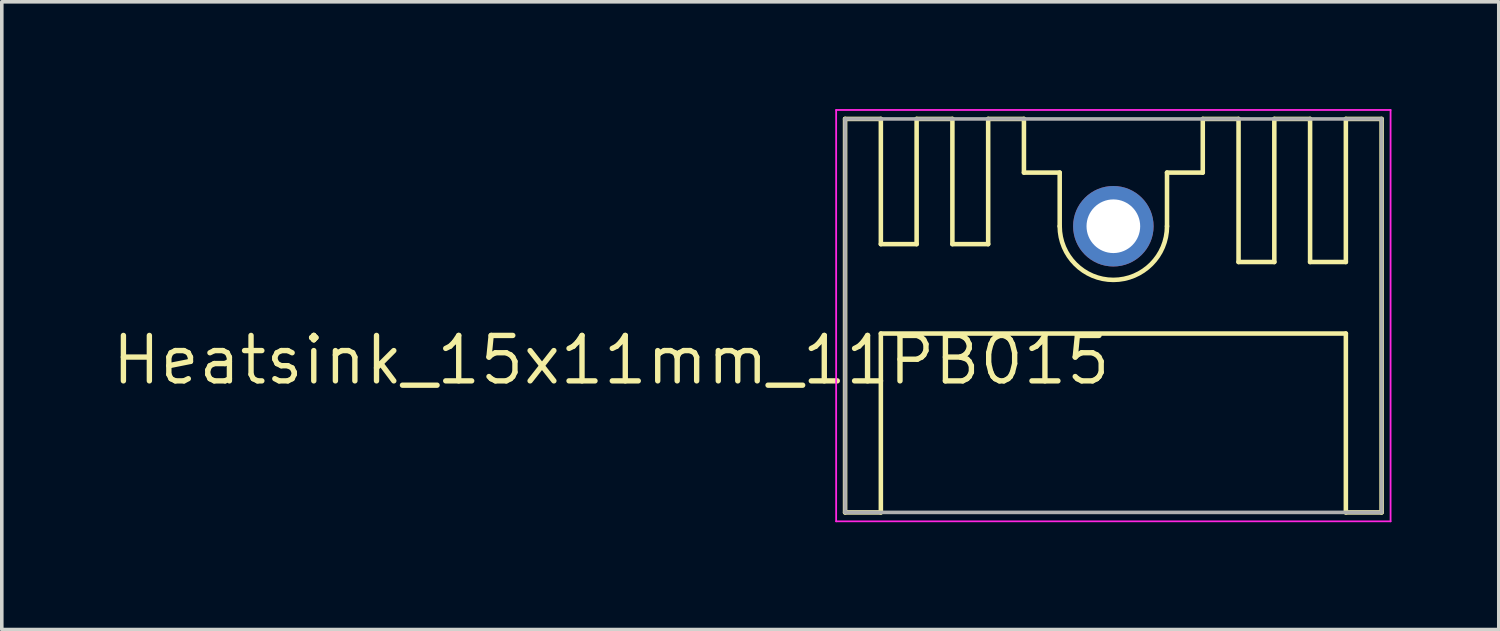
<source format=kicad_pcb>
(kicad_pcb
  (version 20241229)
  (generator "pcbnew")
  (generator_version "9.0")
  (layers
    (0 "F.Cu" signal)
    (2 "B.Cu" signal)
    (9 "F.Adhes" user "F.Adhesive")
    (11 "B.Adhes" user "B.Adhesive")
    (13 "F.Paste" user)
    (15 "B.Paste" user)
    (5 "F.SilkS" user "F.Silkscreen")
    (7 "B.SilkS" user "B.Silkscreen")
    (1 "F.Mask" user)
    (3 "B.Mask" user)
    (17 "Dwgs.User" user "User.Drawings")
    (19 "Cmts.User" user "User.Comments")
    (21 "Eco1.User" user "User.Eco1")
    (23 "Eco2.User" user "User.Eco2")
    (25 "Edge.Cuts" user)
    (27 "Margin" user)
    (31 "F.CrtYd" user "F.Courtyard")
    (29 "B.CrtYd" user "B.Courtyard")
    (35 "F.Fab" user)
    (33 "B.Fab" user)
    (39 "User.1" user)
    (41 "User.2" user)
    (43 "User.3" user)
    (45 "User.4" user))
  (footprint "Heatsink_15x11mm_11PB015"
    (layer "F.Cu")
    (at 28.076 6.275)
    (property "Reference" "Heatsink_15x11mm_11PB015" (at 0 0 0) (layer "F.SilkS") (effects (font (size 1.27 1.27) (thickness 0.15)) (justify right top)))
    (attr through_hole)
    (fp_line (start -7.5 -6) (end -6.5 -6) (stroke (width 0.127) (type solid)) (layer "F.SilkS"))
    (fp_line (start -7.5 5) (end -7.5 -6) (stroke (width 0.127) (type solid)) (layer "F.SilkS"))
    (fp_line (start -6.5 -6) (end -6.5 -2.5) (stroke (width 0.127) (type solid)) (layer "F.SilkS"))
    (fp_line (start -6.5 -2.5) (end -5.5 -2.5) (stroke (width 0.127) (type solid)) (layer "F.SilkS"))
    (fp_line (start -6.5 0) (end -6.5 5) (stroke (width 0.127) (type solid)) (layer "F.SilkS"))
    (fp_line (start -6.5 5) (end -7.5 5) (stroke (width 0.127) (type solid)) (layer "F.SilkS"))
    (fp_line (start -5.5 -6) (end -4.5 -6) (stroke (width 0.127) (type solid)) (layer "F.SilkS"))
    (fp_line (start -5.5 -2.5) (end -5.5 -6) (stroke (width 0.127) (type solid)) (layer "F.SilkS"))
    (fp_line (start -4.5 -6) (end -4.5 -2.5) (stroke (width 0.127) (type solid)) (layer "F.SilkS"))
    (fp_line (start -4.5 -2.5) (end -3.5 -2.5) (stroke (width 0.127) (type solid)) (layer "F.SilkS"))
    (fp_line (start -3.5 -6) (end -2.5 -6) (stroke (width 0.127) (type solid)) (layer "F.SilkS"))
    (fp_line (start -3.5 -2.5) (end -3.5 -6) (stroke (width 0.127) (type solid)) (layer "F.SilkS"))
    (fp_line (start -2.5 -6) (end -2.5 -4.5) (stroke (width 0.127) (type solid)) (layer "F.SilkS"))
    (fp_line (start -2.5 -4.5) (end -1.5 -4.5) (stroke (width 0.127) (type solid)) (layer "F.SilkS"))
    (fp_line (start -1.5 -4.5) (end -1.5 -3) (stroke (width 0.127) (type solid)) (layer "F.SilkS"))
    (fp_line (start 1.5 -4.5) (end 2.5 -4.5) (stroke (width 0.127) (type solid)) (layer "F.SilkS"))
    (fp_line (start 1.5 -3) (end 1.5 -4.5) (stroke (width 0.127) (type solid)) (layer "F.SilkS"))
    (fp_line (start 2.5 -6) (end 3.5 -6) (stroke (width 0.127) (type solid)) (layer "F.SilkS"))
    (fp_line (start 2.5 -4.5) (end 2.5 -6) (stroke (width 0.127) (type solid)) (layer "F.SilkS"))
    (fp_line (start 3.5 -6) (end 3.5 -2) (stroke (width 0.127) (type solid)) (layer "F.SilkS"))
    (fp_line (start 3.5 -2) (end 4.5 -2) (stroke (width 0.127) (type solid)) (layer "F.SilkS"))
    (fp_line (start 4.5 -6) (end 5.5 -6) (stroke (width 0.127) (type solid)) (layer "F.SilkS"))
    (fp_line (start 4.5 -2) (end 4.5 -6) (stroke (width 0.127) (type solid)) (layer "F.SilkS"))
    (fp_line (start 5.5 -6) (end 5.5 -2) (stroke (width 0.127) (type solid)) (layer "F.SilkS"))
    (fp_line (start 5.5 -2) (end 6.5 -2) (stroke (width 0.127) (type solid)) (layer "F.SilkS"))
    (fp_line (start 6.5 -6) (end 7.5 -6) (stroke (width 0.127) (type solid)) (layer "F.SilkS"))
    (fp_line (start 6.5 -2) (end 6.5 -6) (stroke (width 0.127) (type solid)) (layer "F.SilkS"))
    (fp_line (start 6.5 0) (end -6.5 0) (stroke (width 0.127) (type solid)) (layer "F.SilkS"))
    (fp_line (start 6.5 5) (end 6.5 0) (stroke (width 0.127) (type solid)) (layer "F.SilkS"))
    (fp_line (start 7.5 -6) (end 7.5 5) (stroke (width 0.127) (type solid)) (layer "F.SilkS"))
    (fp_line (start 7.5 5) (end 6.5 5) (stroke (width 0.127) (type solid)) (layer "F.SilkS"))
    (fp_arc (start 1.5 -3) (mid 0 -1.5) (end -1.5 -3) (stroke (width 0.127) (type solid)) (layer "F.SilkS"))
    (fp_line (start -7.75 -6.25) (end -7.75 5.25) (stroke (width 0.05) (type solid)) (layer "F.CrtYd"))
    (fp_line (start -7.75 5.25) (end 7.75 5.25) (stroke (width 0.05) (type solid)) (layer "F.CrtYd"))
    (fp_line (start 7.75 -6.25) (end -7.75 -6.25) (stroke (width 0.05) (type solid)) (layer "F.CrtYd"))
    (fp_line (start 7.75 5.25) (end 7.75 -6.25) (stroke (width 0.05) (type solid)) (layer "F.CrtYd"))
    (fp_line (start -7.5 -6) (end 7.5 -6) (stroke (width 0.1) (type solid)) (layer "F.Fab"))
    (fp_line (start -7.5 5) (end -7.5 -6) (stroke (width 0.1) (type solid)) (layer "F.Fab"))
    (fp_line (start 7.5 -6) (end 7.5 5) (stroke (width 0.1) (type solid)) (layer "F.Fab"))
    (fp_line (start 7.5 5) (end -7.5 5) (stroke (width 0.1) (type solid)) (layer "F.Fab"))
    (pad "1" thru_hole circle (at 0 -3) (size 2.25 2.25) (drill 1.5) (layers "*.Cu" "*.Mask")))
  (gr_rect
    (start -3 -3)
    (end 38.851 14.55)
    (stroke (width 0.1) (type default))
    (fill no)
    (layer "Edge.Cuts")))
</source>
